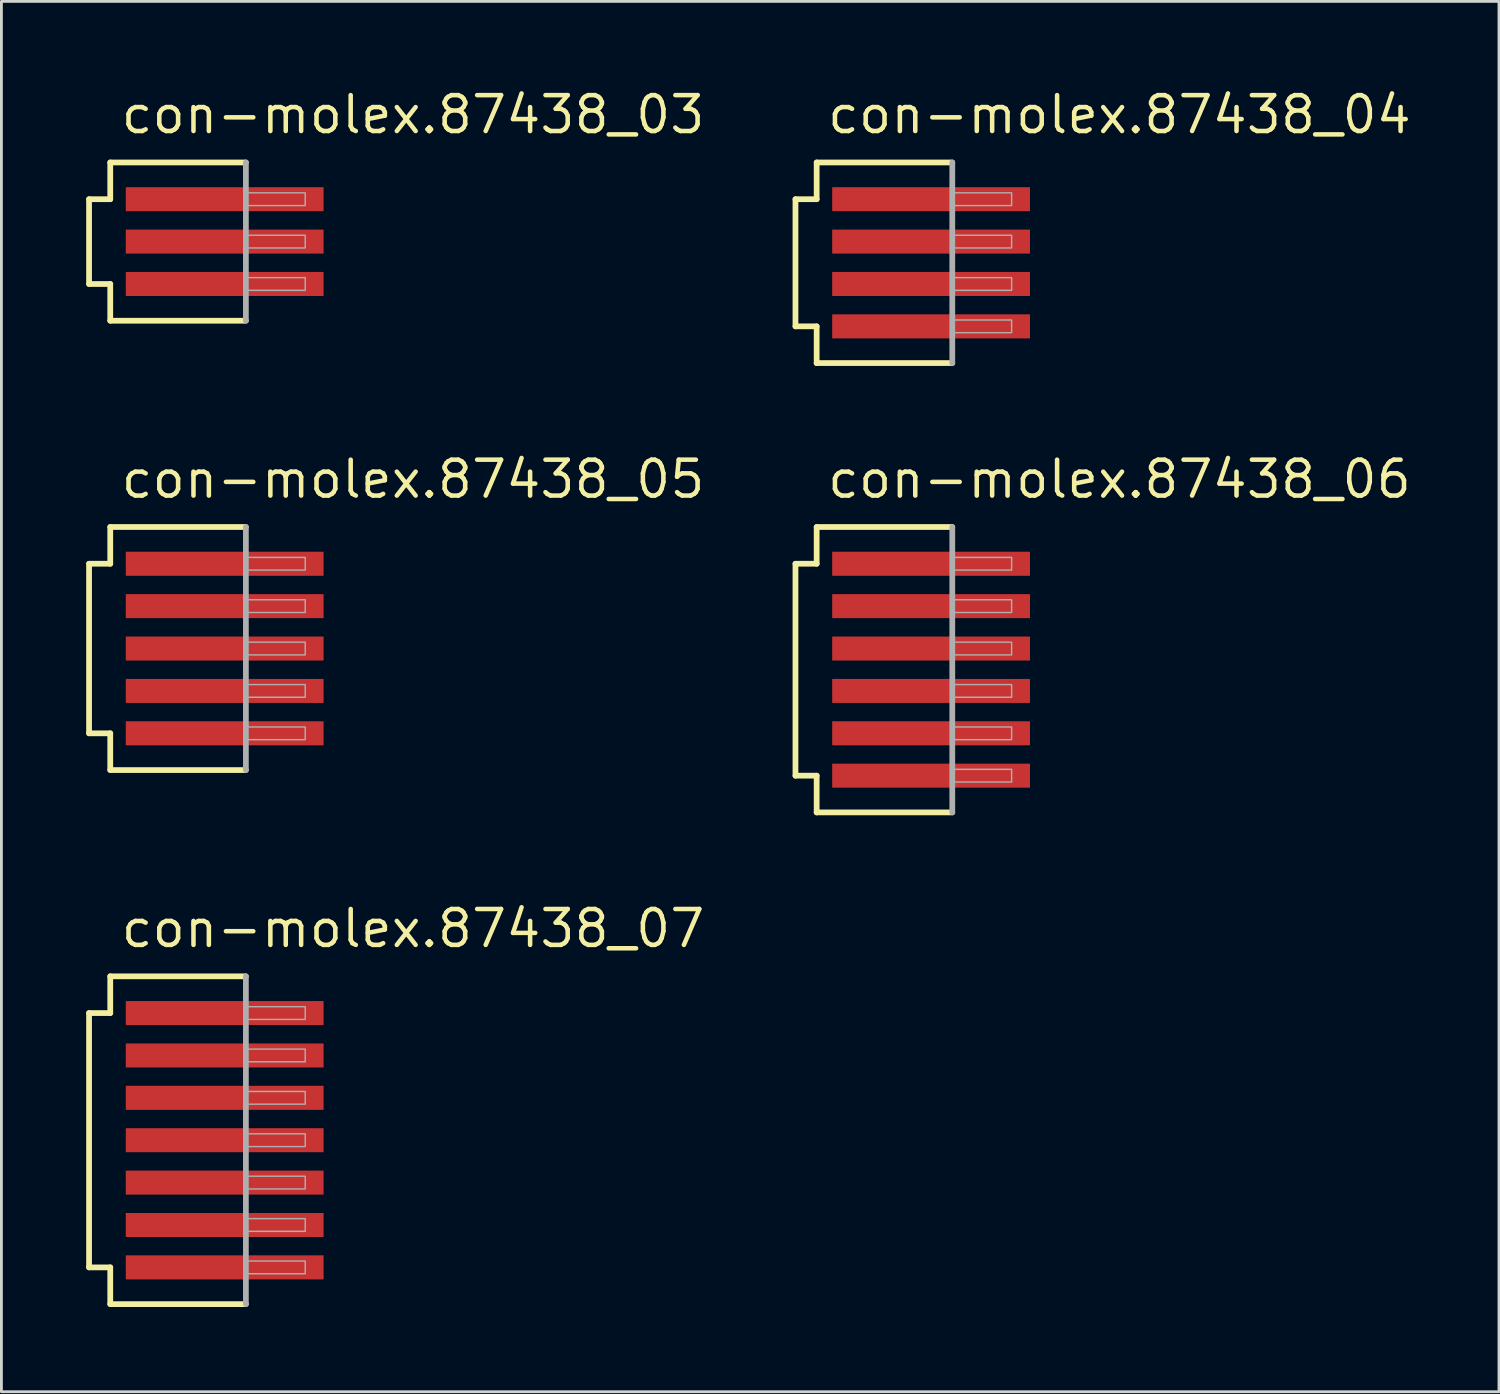
<source format=kicad_pcb>
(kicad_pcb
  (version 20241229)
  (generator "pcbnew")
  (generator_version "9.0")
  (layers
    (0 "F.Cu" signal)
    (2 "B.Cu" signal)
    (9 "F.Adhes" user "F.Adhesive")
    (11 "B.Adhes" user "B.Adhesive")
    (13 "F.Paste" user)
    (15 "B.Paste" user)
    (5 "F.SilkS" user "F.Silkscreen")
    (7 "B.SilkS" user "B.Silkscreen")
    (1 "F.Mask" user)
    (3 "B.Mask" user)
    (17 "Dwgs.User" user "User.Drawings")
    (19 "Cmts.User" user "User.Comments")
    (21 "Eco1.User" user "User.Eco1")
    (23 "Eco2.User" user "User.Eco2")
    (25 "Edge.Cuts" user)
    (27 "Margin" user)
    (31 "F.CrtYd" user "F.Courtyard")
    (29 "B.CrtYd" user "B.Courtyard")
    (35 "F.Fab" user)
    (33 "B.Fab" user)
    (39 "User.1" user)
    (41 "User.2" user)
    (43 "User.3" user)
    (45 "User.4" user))
  (footprint "con-molex.87438_03"
    (layer "F.Cu")
    (at 4.902 5.5)
    (property "Reference" "con-molex.87438_03" (at -3.75 -3.75 0) (layer "F.SilkS") (effects (font (size 1.27 1.27) (thickness 0.16)) (justify left bottom)))
    (attr smd)
    (fp_line (start -4.8 -1.5) (end -4.05 -1.5) (stroke (width 0.203) (type default)) (layer "F.SilkS"))
    (fp_line (start -4.8 1.5) (end -4.8 -1.5) (stroke (width 0.203) (type default)) (layer "F.SilkS"))
    (fp_line (start -4.05 -2.8) (end 0.75 -2.8) (stroke (width 0.203) (type default)) (layer "F.SilkS"))
    (fp_line (start -4.05 -1.5) (end -4.05 -2.8) (stroke (width 0.203) (type default)) (layer "F.SilkS"))
    (fp_line (start -4.05 1.5) (end -4.8 1.5) (stroke (width 0.203) (type default)) (layer "F.SilkS"))
    (fp_line (start -4.05 2.8) (end -4.05 1.5) (stroke (width 0.203) (type default)) (layer "F.SilkS"))
    (fp_line (start 0.75 2.8) (end -4.05 2.8) (stroke (width 0.203) (type default)) (layer "F.SilkS"))
    (fp_line (start 0.75 -2.8) (end 0.75 2.8) (stroke (width 0.203) (type default)) (layer "F.Fab"))
    (fp_rect (start 0.8 -1.275) (end 2.85 -1.725) (stroke (width 0.05) (type default)) (fill no) (layer "F.Fab"))
    (fp_rect (start 0.8 0.225) (end 2.85 -0.225) (stroke (width 0.05) (type default)) (fill no) (layer "F.Fab"))
    (fp_rect (start 0.8 1.725) (end 2.85 1.275) (stroke (width 0.05) (type default)) (fill no) (layer "F.Fab"))
    (pad "1" smd roundrect (at 0 -1.5) (size 7 0.85) (layers "F.Cu" "F.Mask" "F.Paste") (roundrect_rratio 0.01))
    (pad "2" smd roundrect (at 0 0) (size 7 0.85) (layers "F.Cu" "F.Mask" "F.Paste") (roundrect_rratio 0.01))
    (pad "3" smd roundrect (at 0 1.5) (size 7 0.85) (layers "F.Cu" "F.Mask" "F.Paste") (roundrect_rratio 0.01)))
  (footprint "con-molex.87438_07"
    (layer "F.Cu")
    (at 4.902 37.303)
    (property "Reference" "con-molex.87438_07" (at -3.75 -6.75 0) (layer "F.SilkS") (effects (font (size 1.27 1.27) (thickness 0.16)) (justify left bottom)))
    (attr smd)
    (fp_line (start -4.8 -4.5) (end -4.05 -4.5) (stroke (width 0.203) (type default)) (layer "F.SilkS"))
    (fp_line (start -4.8 4.5) (end -4.8 -4.5) (stroke (width 0.203) (type default)) (layer "F.SilkS"))
    (fp_line (start -4.05 -5.8) (end 0.75 -5.8) (stroke (width 0.203) (type default)) (layer "F.SilkS"))
    (fp_line (start -4.05 -4.5) (end -4.05 -5.8) (stroke (width 0.203) (type default)) (layer "F.SilkS"))
    (fp_line (start -4.05 4.5) (end -4.8 4.5) (stroke (width 0.203) (type default)) (layer "F.SilkS"))
    (fp_line (start -4.05 5.8) (end -4.05 4.5) (stroke (width 0.203) (type default)) (layer "F.SilkS"))
    (fp_line (start 0.75 5.8) (end -4.05 5.8) (stroke (width 0.203) (type default)) (layer "F.SilkS"))
    (fp_line (start 0.75 -5.8) (end 0.75 5.8) (stroke (width 0.203) (type default)) (layer "F.Fab"))
    (fp_rect (start 0.8 -4.275) (end 2.85 -4.725) (stroke (width 0.05) (type default)) (fill no) (layer "F.Fab"))
    (fp_rect (start 0.8 -2.775) (end 2.85 -3.225) (stroke (width 0.05) (type default)) (fill no) (layer "F.Fab"))
    (fp_rect (start 0.8 -1.275) (end 2.85 -1.725) (stroke (width 0.05) (type default)) (fill no) (layer "F.Fab"))
    (fp_rect (start 0.8 0.225) (end 2.85 -0.225) (stroke (width 0.05) (type default)) (fill no) (layer "F.Fab"))
    (fp_rect (start 0.8 1.725) (end 2.85 1.275) (stroke (width 0.05) (type default)) (fill no) (layer "F.Fab"))
    (fp_rect (start 0.8 3.225) (end 2.85 2.775) (stroke (width 0.05) (type default)) (fill no) (layer "F.Fab"))
    (fp_rect (start 0.8 4.725) (end 2.85 4.275) (stroke (width 0.05) (type default)) (fill no) (layer "F.Fab"))
    (pad "1" smd roundrect (at 0 -4.5) (size 7 0.85) (layers "F.Cu" "F.Mask" "F.Paste") (roundrect_rratio 0.01))
    (pad "2" smd roundrect (at 0 -3) (size 7 0.85) (layers "F.Cu" "F.Mask" "F.Paste") (roundrect_rratio 0.01))
    (pad "3" smd roundrect (at 0 -1.5) (size 7 0.85) (layers "F.Cu" "F.Mask" "F.Paste") (roundrect_rratio 0.01))
    (pad "4" smd roundrect (at 0 0) (size 7 0.85) (layers "F.Cu" "F.Mask" "F.Paste") (roundrect_rratio 0.01))
    (pad "5" smd roundrect (at 0 1.5) (size 7 0.85) (layers "F.Cu" "F.Mask" "F.Paste") (roundrect_rratio 0.01))
    (pad "6" smd roundrect (at 0 3) (size 7 0.85) (layers "F.Cu" "F.Mask" "F.Paste") (roundrect_rratio 0.01))
    (pad "7" smd roundrect (at 0 4.5) (size 7 0.85) (layers "F.Cu" "F.Mask" "F.Paste") (roundrect_rratio 0.01)))
  (footprint "con-molex.87438_05"
    (layer "F.Cu")
    (at 4.902 19.902)
    (property "Reference" "con-molex.87438_05" (at -3.75 -5.25 0) (layer "F.SilkS") (effects (font (size 1.27 1.27) (thickness 0.16)) (justify left bottom)))
    (attr smd)
    (fp_line (start -4.8 -3) (end -4.05 -3) (stroke (width 0.203) (type default)) (layer "F.SilkS"))
    (fp_line (start -4.8 3) (end -4.8 -3) (stroke (width 0.203) (type default)) (layer "F.SilkS"))
    (fp_line (start -4.05 -4.3) (end 0.75 -4.3) (stroke (width 0.203) (type default)) (layer "F.SilkS"))
    (fp_line (start -4.05 -3) (end -4.05 -4.3) (stroke (width 0.203) (type default)) (layer "F.SilkS"))
    (fp_line (start -4.05 3) (end -4.8 3) (stroke (width 0.203) (type default)) (layer "F.SilkS"))
    (fp_line (start -4.05 4.3) (end -4.05 3) (stroke (width 0.203) (type default)) (layer "F.SilkS"))
    (fp_line (start 0.75 4.3) (end -4.05 4.3) (stroke (width 0.203) (type default)) (layer "F.SilkS"))
    (fp_line (start 0.75 -4.3) (end 0.75 4.3) (stroke (width 0.203) (type default)) (layer "F.Fab"))
    (fp_rect (start 0.8 -2.775) (end 2.85 -3.225) (stroke (width 0.05) (type default)) (fill no) (layer "F.Fab"))
    (fp_rect (start 0.8 -1.275) (end 2.85 -1.725) (stroke (width 0.05) (type default)) (fill no) (layer "F.Fab"))
    (fp_rect (start 0.8 0.225) (end 2.85 -0.225) (stroke (width 0.05) (type default)) (fill no) (layer "F.Fab"))
    (fp_rect (start 0.8 1.725) (end 2.85 1.275) (stroke (width 0.05) (type default)) (fill no) (layer "F.Fab"))
    (fp_rect (start 0.8 3.225) (end 2.85 2.775) (stroke (width 0.05) (type default)) (fill no) (layer "F.Fab"))
    (pad "1" smd roundrect (at 0 -3) (size 7 0.85) (layers "F.Cu" "F.Mask" "F.Paste") (roundrect_rratio 0.01))
    (pad "2" smd roundrect (at 0 -1.5) (size 7 0.85) (layers "F.Cu" "F.Mask" "F.Paste") (roundrect_rratio 0.01))
    (pad "3" smd roundrect (at 0 0) (size 7 0.85) (layers "F.Cu" "F.Mask" "F.Paste") (roundrect_rratio 0.01))
    (pad "4" smd roundrect (at 0 1.5) (size 7 0.85) (layers "F.Cu" "F.Mask" "F.Paste") (roundrect_rratio 0.01))
    (pad "5" smd roundrect (at 0 3) (size 7 0.85) (layers "F.Cu" "F.Mask" "F.Paste") (roundrect_rratio 0.01)))
  (footprint "con-molex.87438_06"
    (layer "F.Cu")
    (at 29.902 20.652)
    (property "Reference" "con-molex.87438_06" (at -3.75 -6 0) (layer "F.SilkS") (effects (font (size 1.27 1.27) (thickness 0.16)) (justify left bottom)))
    (attr smd)
    (fp_line (start -4.8 -3.75) (end -4.05 -3.75) (stroke (width 0.203) (type default)) (layer "F.SilkS"))
    (fp_line (start -4.8 3.75) (end -4.8 -3.75) (stroke (width 0.203) (type default)) (layer "F.SilkS"))
    (fp_line (start -4.05 -5.05) (end 0.75 -5.05) (stroke (width 0.203) (type default)) (layer "F.SilkS"))
    (fp_line (start -4.05 -3.75) (end -4.05 -5.05) (stroke (width 0.203) (type default)) (layer "F.SilkS"))
    (fp_line (start -4.05 3.75) (end -4.8 3.75) (stroke (width 0.203) (type default)) (layer "F.SilkS"))
    (fp_line (start -4.05 5.05) (end -4.05 3.75) (stroke (width 0.203) (type default)) (layer "F.SilkS"))
    (fp_line (start 0.75 5.05) (end -4.05 5.05) (stroke (width 0.203) (type default)) (layer "F.SilkS"))
    (fp_line (start 0.75 -5.05) (end 0.75 5.05) (stroke (width 0.203) (type default)) (layer "F.Fab"))
    (fp_rect (start 0.8 -3.525) (end 2.85 -3.975) (stroke (width 0.05) (type default)) (fill no) (layer "F.Fab"))
    (fp_rect (start 0.8 -2.025) (end 2.85 -2.475) (stroke (width 0.05) (type default)) (fill no) (layer "F.Fab"))
    (fp_rect (start 0.8 -0.525) (end 2.85 -0.975) (stroke (width 0.05) (type default)) (fill no) (layer "F.Fab"))
    (fp_rect (start 0.8 0.975) (end 2.85 0.525) (stroke (width 0.05) (type default)) (fill no) (layer "F.Fab"))
    (fp_rect (start 0.8 2.475) (end 2.85 2.025) (stroke (width 0.05) (type default)) (fill no) (layer "F.Fab"))
    (fp_rect (start 0.8 3.975) (end 2.85 3.525) (stroke (width 0.05) (type default)) (fill no) (layer "F.Fab"))
    (pad "1" smd roundrect (at 0 -3.75) (size 7 0.85) (layers "F.Cu" "F.Mask" "F.Paste") (roundrect_rratio 0.01))
    (pad "2" smd roundrect (at 0 -2.25) (size 7 0.85) (layers "F.Cu" "F.Mask" "F.Paste") (roundrect_rratio 0.01))
    (pad "3" smd roundrect (at 0 -0.75) (size 7 0.85) (layers "F.Cu" "F.Mask" "F.Paste") (roundrect_rratio 0.01))
    (pad "4" smd roundrect (at 0 0.75) (size 7 0.85) (layers "F.Cu" "F.Mask" "F.Paste") (roundrect_rratio 0.01))
    (pad "5" smd roundrect (at 0 2.25) (size 7 0.85) (layers "F.Cu" "F.Mask" "F.Paste") (roundrect_rratio 0.01))
    (pad "6" smd roundrect (at 0 3.75) (size 7 0.85) (layers "F.Cu" "F.Mask" "F.Paste") (roundrect_rratio 0.01)))
  (footprint "con-molex.87438_04"
    (layer "F.Cu")
    (at 29.902 6.25)
    (property "Reference" "con-molex.87438_04" (at -3.75 -4.5 0) (layer "F.SilkS") (effects (font (size 1.27 1.27) (thickness 0.16)) (justify left bottom)))
    (attr smd)
    (fp_line (start -4.8 -2.25) (end -4.05 -2.25) (stroke (width 0.203) (type default)) (layer "F.SilkS"))
    (fp_line (start -4.8 2.25) (end -4.8 -2.25) (stroke (width 0.203) (type default)) (layer "F.SilkS"))
    (fp_line (start -4.05 -3.55) (end 0.75 -3.55) (stroke (width 0.203) (type default)) (layer "F.SilkS"))
    (fp_line (start -4.05 -2.25) (end -4.05 -3.55) (stroke (width 0.203) (type default)) (layer "F.SilkS"))
    (fp_line (start -4.05 2.25) (end -4.8 2.25) (stroke (width 0.203) (type default)) (layer "F.SilkS"))
    (fp_line (start -4.05 3.55) (end -4.05 2.25) (stroke (width 0.203) (type default)) (layer "F.SilkS"))
    (fp_line (start 0.75 3.55) (end -4.05 3.55) (stroke (width 0.203) (type default)) (layer "F.SilkS"))
    (fp_line (start 0.75 -3.55) (end 0.75 3.55) (stroke (width 0.203) (type default)) (layer "F.Fab"))
    (fp_rect (start 0.8 -2.025) (end 2.85 -2.475) (stroke (width 0.05) (type default)) (fill no) (layer "F.Fab"))
    (fp_rect (start 0.8 -0.525) (end 2.85 -0.975) (stroke (width 0.05) (type default)) (fill no) (layer "F.Fab"))
    (fp_rect (start 0.8 0.975) (end 2.85 0.525) (stroke (width 0.05) (type default)) (fill no) (layer "F.Fab"))
    (fp_rect (start 0.8 2.475) (end 2.85 2.025) (stroke (width 0.05) (type default)) (fill no) (layer "F.Fab"))
    (pad "1" smd roundrect (at 0 -2.25) (size 7 0.85) (layers "F.Cu" "F.Mask" "F.Paste") (roundrect_rratio 0.01))
    (pad "2" smd roundrect (at 0 -0.75) (size 7 0.85) (layers "F.Cu" "F.Mask" "F.Paste") (roundrect_rratio 0.01))
    (pad "3" smd roundrect (at 0 0.75) (size 7 0.85) (layers "F.Cu" "F.Mask" "F.Paste") (roundrect_rratio 0.01))
    (pad "4" smd roundrect (at 0 2.25) (size 7 0.85) (layers "F.Cu" "F.Mask" "F.Paste") (roundrect_rratio 0.01)))
  (gr_rect
    (start -3 -3)
    (end 50 46.205)
    (stroke (width 0.1) (type default))
    (fill no)
    (layer "Edge.Cuts")))
</source>
